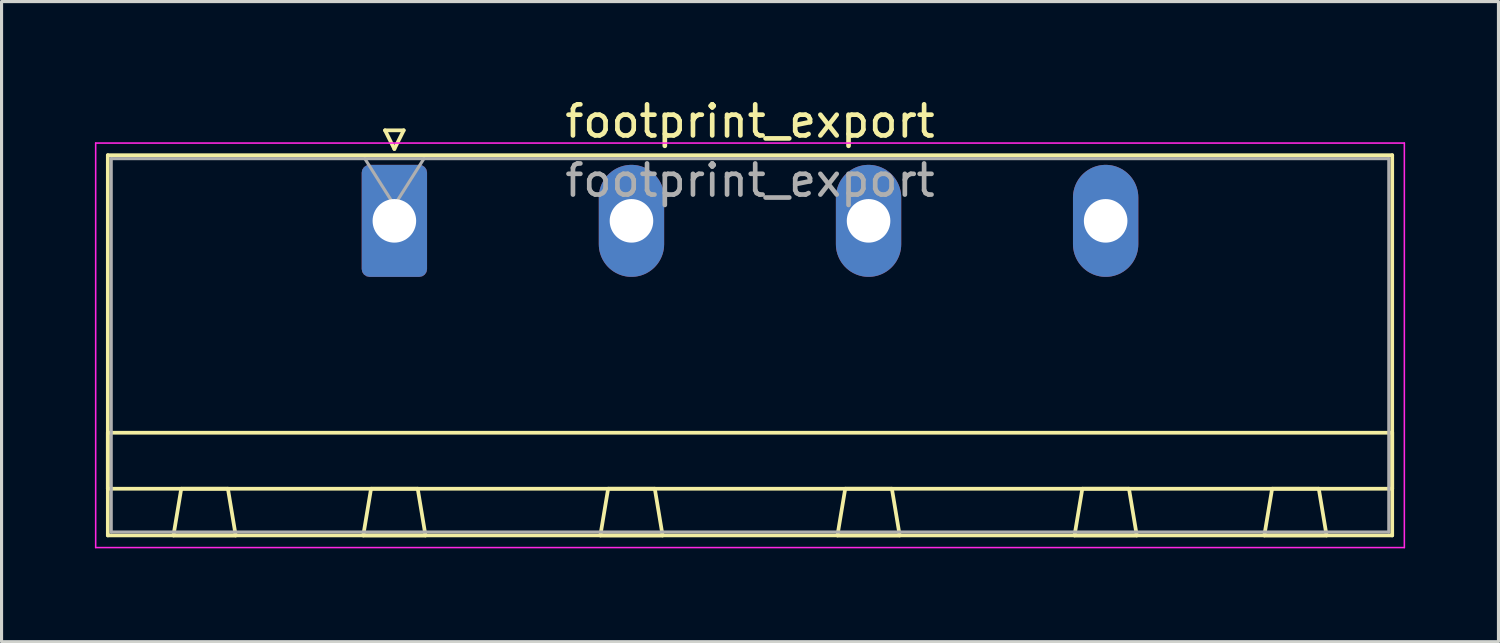
<source format=kicad_pcb>
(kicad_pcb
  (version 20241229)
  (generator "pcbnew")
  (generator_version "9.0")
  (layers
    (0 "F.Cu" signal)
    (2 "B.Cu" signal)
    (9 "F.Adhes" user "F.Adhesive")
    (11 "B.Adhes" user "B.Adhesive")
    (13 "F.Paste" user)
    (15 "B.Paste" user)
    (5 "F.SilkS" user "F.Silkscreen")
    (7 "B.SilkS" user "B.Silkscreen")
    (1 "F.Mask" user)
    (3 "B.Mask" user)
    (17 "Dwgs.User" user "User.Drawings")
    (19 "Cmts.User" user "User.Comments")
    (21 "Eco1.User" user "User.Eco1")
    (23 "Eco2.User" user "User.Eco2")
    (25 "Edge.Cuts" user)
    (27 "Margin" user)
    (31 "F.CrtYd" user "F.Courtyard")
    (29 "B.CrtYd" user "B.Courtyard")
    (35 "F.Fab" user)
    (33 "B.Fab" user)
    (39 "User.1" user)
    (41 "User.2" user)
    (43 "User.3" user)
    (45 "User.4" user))
  (footprint "footprint_export"
    (layer "F.Cu")
    (at 9.625 4.048)
    (property "Reference" "footprint_export" (at 11.43 -3.2 0) (layer "F.SilkS") (effects (font (size 1 1) (thickness 0.15))))
    (attr through_hole)
    (fp_line (start -9.21 -2.11) (end -9.21 10.11) (stroke (width 0.12) (type solid)) (layer "F.SilkS"))
    (fp_line (start -9.21 6.81) (end 32.07 6.81) (stroke (width 0.12) (type solid)) (layer "F.SilkS"))
    (fp_line (start -9.21 8.61) (end -9.21 6.81) (stroke (width 0.12) (type solid)) (layer "F.SilkS"))
    (fp_line (start -9.21 10.11) (end 32.07 10.11) (stroke (width 0.12) (type solid)) (layer "F.SilkS"))
    (fp_line (start -7.1 10.11) (end -5.1 10.11) (stroke (width 0.12) (type solid)) (layer "F.SilkS"))
    (fp_line (start -6.85 8.61) (end -7.1 10.11) (stroke (width 0.12) (type solid)) (layer "F.SilkS"))
    (fp_line (start -5.35 8.61) (end -6.85 8.61) (stroke (width 0.12) (type solid)) (layer "F.SilkS"))
    (fp_line (start -5.1 10.11) (end -5.35 8.61) (stroke (width 0.12) (type solid)) (layer "F.SilkS"))
    (fp_line (start -1 10.11) (end 1 10.11) (stroke (width 0.12) (type solid)) (layer "F.SilkS"))
    (fp_line (start -0.75 8.61) (end -1 10.11) (stroke (width 0.12) (type solid)) (layer "F.SilkS"))
    (fp_line (start -0.3 -2.91) (end 0.3 -2.91) (stroke (width 0.12) (type solid)) (layer "F.SilkS"))
    (fp_line (start 0 -2.31) (end -0.3 -2.91) (stroke (width 0.12) (type solid)) (layer "F.SilkS"))
    (fp_line (start 0.3 -2.91) (end 0 -2.31) (stroke (width 0.12) (type solid)) (layer "F.SilkS"))
    (fp_line (start 0.75 8.61) (end -0.75 8.61) (stroke (width 0.12) (type solid)) (layer "F.SilkS"))
    (fp_line (start 1 10.11) (end 0.75 8.61) (stroke (width 0.12) (type solid)) (layer "F.SilkS"))
    (fp_line (start 6.62 10.11) (end 8.62 10.11) (stroke (width 0.12) (type solid)) (layer "F.SilkS"))
    (fp_line (start 6.87 8.61) (end 6.62 10.11) (stroke (width 0.12) (type solid)) (layer "F.SilkS"))
    (fp_line (start 8.37 8.61) (end 6.87 8.61) (stroke (width 0.12) (type solid)) (layer "F.SilkS"))
    (fp_line (start 8.62 10.11) (end 8.37 8.61) (stroke (width 0.12) (type solid)) (layer "F.SilkS"))
    (fp_line (start 14.24 10.11) (end 16.24 10.11) (stroke (width 0.12) (type solid)) (layer "F.SilkS"))
    (fp_line (start 14.49 8.61) (end 14.24 10.11) (stroke (width 0.12) (type solid)) (layer "F.SilkS"))
    (fp_line (start 15.99 8.61) (end 14.49 8.61) (stroke (width 0.12) (type solid)) (layer "F.SilkS"))
    (fp_line (start 16.24 10.11) (end 15.99 8.61) (stroke (width 0.12) (type solid)) (layer "F.SilkS"))
    (fp_line (start 21.86 10.11) (end 23.86 10.11) (stroke (width 0.12) (type solid)) (layer "F.SilkS"))
    (fp_line (start 22.11 8.61) (end 21.86 10.11) (stroke (width 0.12) (type solid)) (layer "F.SilkS"))
    (fp_line (start 23.61 8.61) (end 22.11 8.61) (stroke (width 0.12) (type solid)) (layer "F.SilkS"))
    (fp_line (start 23.86 10.11) (end 23.61 8.61) (stroke (width 0.12) (type solid)) (layer "F.SilkS"))
    (fp_line (start 27.96 10.11) (end 29.96 10.11) (stroke (width 0.12) (type solid)) (layer "F.SilkS"))
    (fp_line (start 28.21 8.61) (end 27.96 10.11) (stroke (width 0.12) (type solid)) (layer "F.SilkS"))
    (fp_line (start 29.71 8.61) (end 28.21 8.61) (stroke (width 0.12) (type solid)) (layer "F.SilkS"))
    (fp_line (start 29.96 10.11) (end 29.71 8.61) (stroke (width 0.12) (type solid)) (layer "F.SilkS"))
    (fp_line (start 32.07 -2.11) (end -9.21 -2.11) (stroke (width 0.12) (type solid)) (layer "F.SilkS"))
    (fp_line (start 32.07 6.81) (end 32.07 8.61) (stroke (width 0.12) (type solid)) (layer "F.SilkS"))
    (fp_line (start 32.07 8.61) (end -9.21 8.61) (stroke (width 0.12) (type solid)) (layer "F.SilkS"))
    (fp_line (start 32.07 10.11) (end 32.07 -2.11) (stroke (width 0.12) (type solid)) (layer "F.SilkS"))
    (fp_line (start -9.6 -2.5) (end -9.6 10.5) (stroke (width 0.05) (type solid)) (layer "F.CrtYd"))
    (fp_line (start -9.6 10.5) (end 32.46 10.5) (stroke (width 0.05) (type solid)) (layer "F.CrtYd"))
    (fp_line (start 32.46 -2.5) (end -9.6 -2.5) (stroke (width 0.05) (type solid)) (layer "F.CrtYd"))
    (fp_line (start 32.46 10.5) (end 32.46 -2.5) (stroke (width 0.05) (type solid)) (layer "F.CrtYd"))
    (fp_line (start -9.1 -2) (end -9.1 10) (stroke (width 0.1) (type solid)) (layer "F.Fab"))
    (fp_line (start -9.1 10) (end 31.96 10) (stroke (width 0.1) (type solid)) (layer "F.Fab"))
    (fp_line (start 0 -0.5) (end -0.95 -2) (stroke (width 0.1) (type solid)) (layer "F.Fab"))
    (fp_line (start 0.95 -2) (end 0 -0.5) (stroke (width 0.1) (type solid)) (layer "F.Fab"))
    (fp_line (start 31.96 -2) (end -9.1 -2) (stroke (width 0.1) (type solid)) (layer "F.Fab"))
    (fp_line (start 31.96 10) (end 31.96 -2) (stroke (width 0.1) (type solid)) (layer "F.Fab"))
    (fp_text user "${REFERENCE}" (at 11.43 -1.3 0) (layer "F.Fab") (effects (font (size 1 1) (thickness 0.15))))
    (pad "1" thru_hole roundrect (at 0 0) (size 2.1 3.6) (drill 1.4) (layers "*.Cu" "*.Mask") (roundrect_rratio 0.119))
    (pad "2" thru_hole oval (at 7.62 0) (size 2.1 3.6) (drill 1.4) (layers "*.Cu" "*.Mask"))
    (pad "3" thru_hole oval (at 15.24 0) (size 2.1 3.6) (drill 1.4) (layers "*.Cu" "*.Mask"))
    (pad "4" thru_hole oval (at 22.86 0) (size 2.1 3.6) (drill 1.4) (layers "*.Cu" "*.Mask")))
  (gr_rect
    (start -3 -3)
    (end 45.11 17.573)
    (stroke (width 0.1) (type default))
    (fill no)
    (layer "Edge.Cuts")))
</source>
